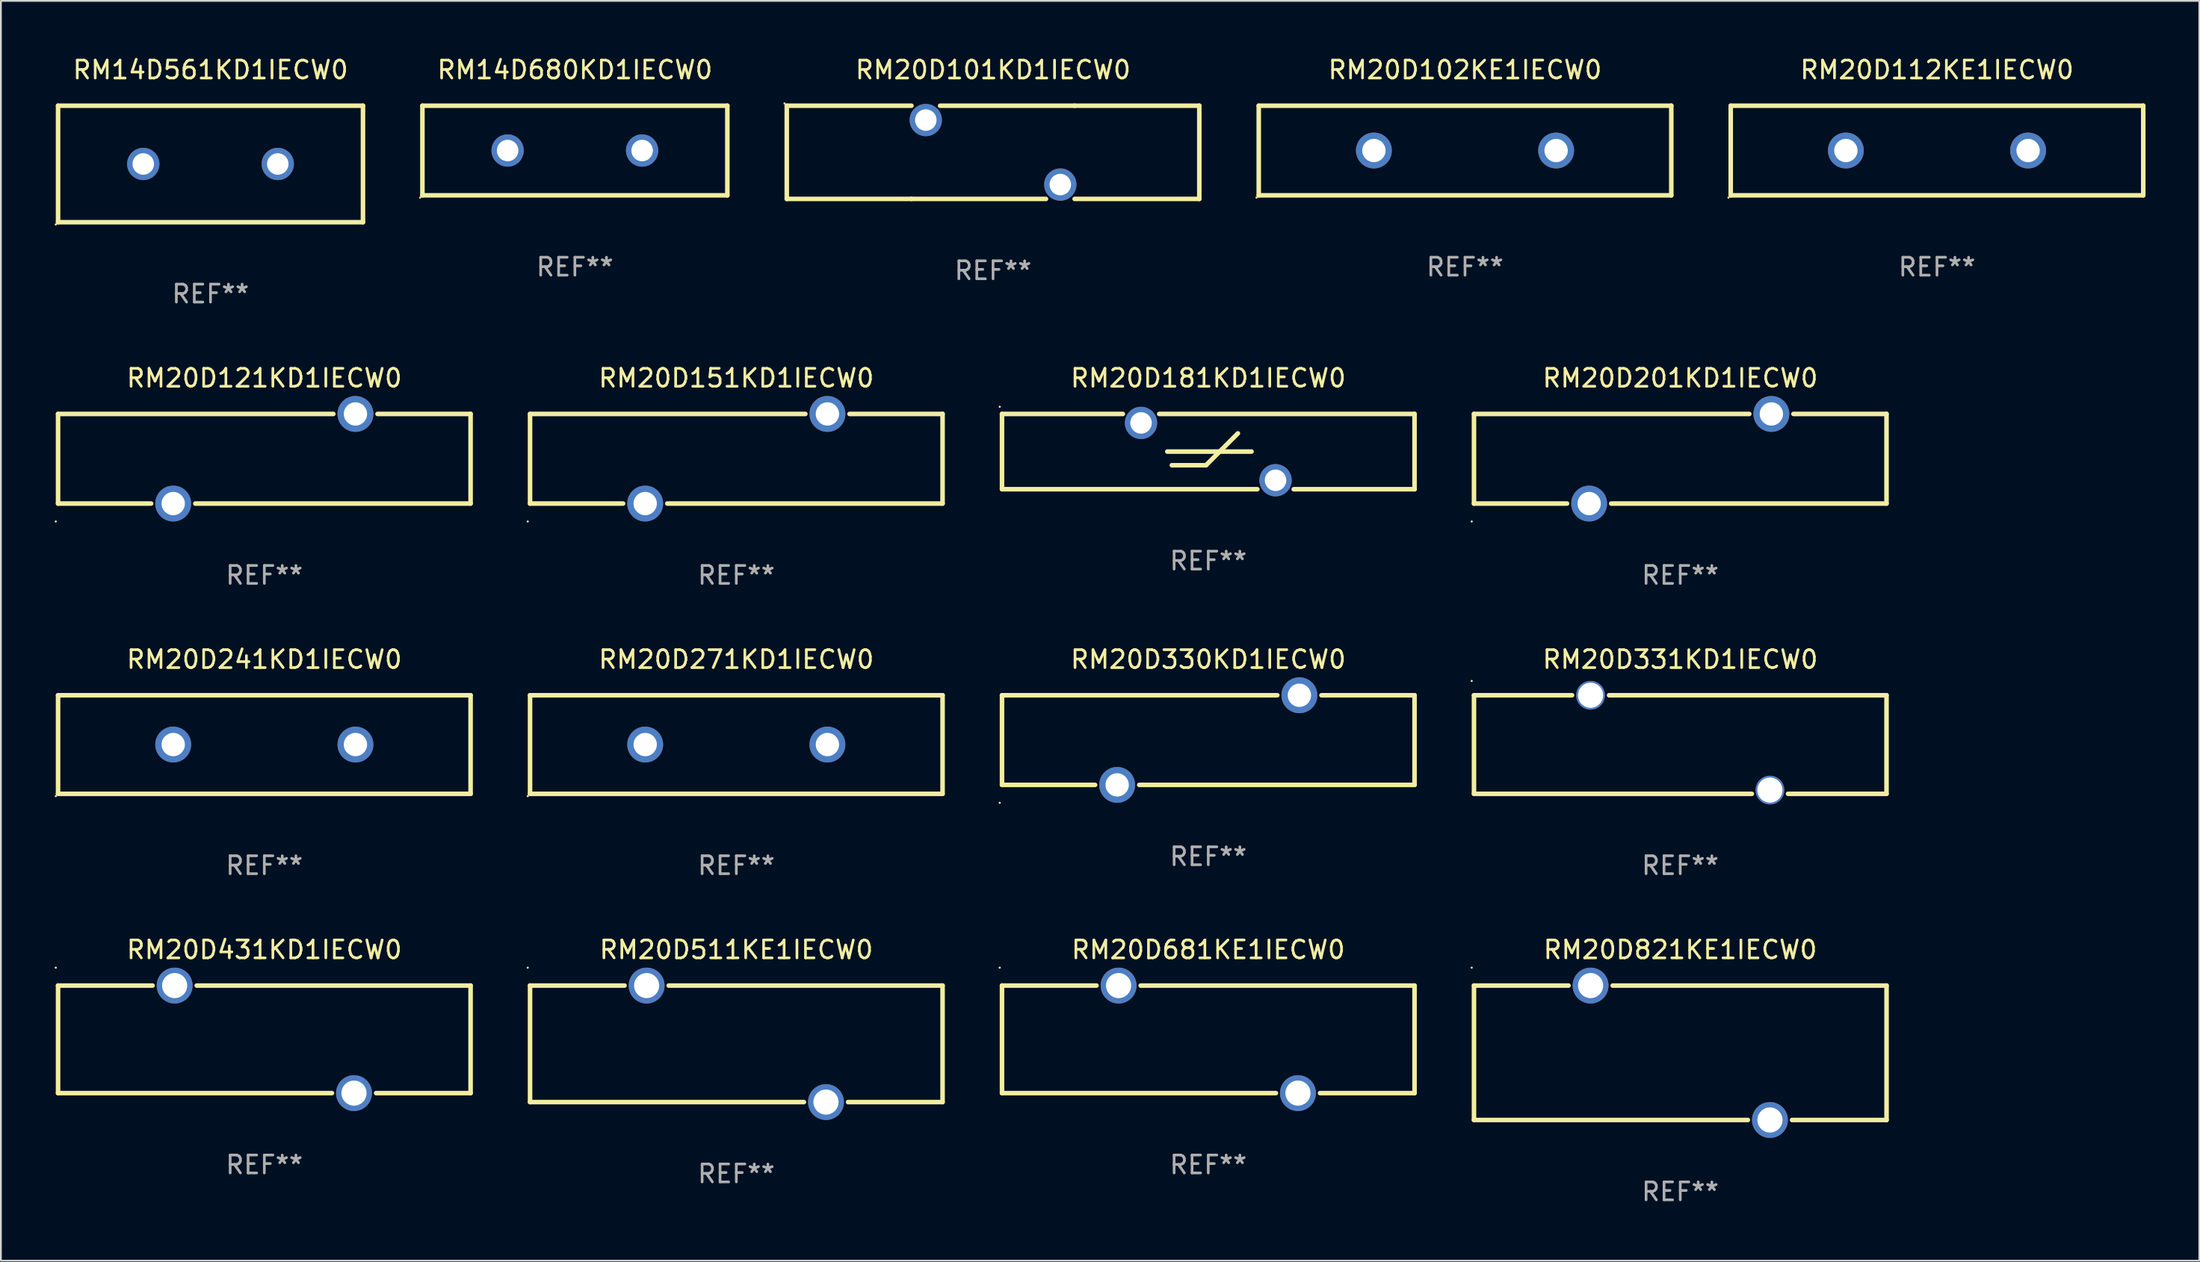
<source format=kicad_pcb>
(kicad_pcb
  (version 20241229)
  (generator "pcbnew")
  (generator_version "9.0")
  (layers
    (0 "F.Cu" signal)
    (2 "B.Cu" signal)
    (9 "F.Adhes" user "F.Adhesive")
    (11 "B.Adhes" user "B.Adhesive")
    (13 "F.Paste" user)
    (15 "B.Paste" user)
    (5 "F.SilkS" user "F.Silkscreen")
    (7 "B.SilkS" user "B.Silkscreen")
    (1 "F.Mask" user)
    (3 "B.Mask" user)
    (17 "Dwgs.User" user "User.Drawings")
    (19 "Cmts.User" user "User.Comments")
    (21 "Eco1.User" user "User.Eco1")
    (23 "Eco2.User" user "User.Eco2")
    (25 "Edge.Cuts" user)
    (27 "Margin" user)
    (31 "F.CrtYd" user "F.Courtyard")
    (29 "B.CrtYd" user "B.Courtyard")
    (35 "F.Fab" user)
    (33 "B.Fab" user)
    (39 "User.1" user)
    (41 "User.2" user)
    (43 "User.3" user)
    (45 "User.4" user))
  (footprint "RM20D201KD1IECW0"
    (layer "F.Cu")
    (at 90.629 22.545)
    (property "Reference" "RM20D201KD1IECW0" (at 0 -4.5 0) (layer "F.SilkS") (effects (font (size 1 1) (thickness 0.15))))
    (attr through_hole)
    (fp_line (start -11.5 -2.5) (end 3.849 -2.5) (stroke (width 0.254) (type solid)) (layer "F.SilkS"))
    (fp_line (start -11.5 2.5) (end -11.5 -2.5) (stroke (width 0.254) (type solid)) (layer "F.SilkS"))
    (fp_line (start -11.5 2.5) (end -6.311 2.5) (stroke (width 0.254) (type solid)) (layer "F.SilkS"))
    (fp_line (start -3.849 2.5) (end 11.5 2.5) (stroke (width 0.254) (type solid)) (layer "F.SilkS"))
    (fp_line (start 6.311 -2.5) (end 11.5 -2.5) (stroke (width 0.254) (type solid)) (layer "F.SilkS"))
    (fp_line (start 11.5 -2.5) (end 11.5 2.5) (stroke (width 0.254) (type solid)) (layer "F.SilkS"))
    (fp_circle (center -11.627 3.5) (end -11.597 3.5) (stroke (width 0.06) (type solid)) (fill no) (layer "F.SilkS"))
    (fp_text user "REF**" (at 0 6.5 0) (layer "F.Fab") (effects (font (size 1 1) (thickness 0.15))))
    (pad "1" thru_hole circle (at -5.08 2.5) (size 2 2) (drill 1.3) (layers "*.Cu" "*.Mask"))
    (pad "2" thru_hole circle (at 5.08 -2.5) (size 2 2) (drill 1.3) (layers "*.Cu" "*.Mask")))
  (footprint "RM14D561KD1IECW0"
    (layer "F.Cu")
    (at 8.687 6.098)
    (property "Reference" "RM14D561KD1IECW0" (at 0 -5.25 0) (layer "F.SilkS") (effects (font (size 1 1) (thickness 0.15))))
    (attr through_hole)
    (fp_line (start -8.5 -3.25) (end 8.5 -3.25) (stroke (width 0.254) (type solid)) (layer "F.SilkS"))
    (fp_line (start -8.5 3.25) (end -8.5 -3.25) (stroke (width 0.254) (type solid)) (layer "F.SilkS"))
    (fp_line (start 8.5 -3.25) (end 8.5 3.25) (stroke (width 0.254) (type solid)) (layer "F.SilkS"))
    (fp_line (start 8.5 3.25) (end -8.5 3.25) (stroke (width 0.254) (type solid)) (layer "F.SilkS"))
    (fp_circle (center -8.627 3.377) (end -8.597 3.377) (stroke (width 0.06) (type solid)) (fill no) (layer "F.SilkS"))
    (fp_text user "REF**" (at 0 7.25 0) (layer "F.Fab") (effects (font (size 1 1) (thickness 0.15))))
    (pad "1" thru_hole circle (at -3.75 -0.000013) (size 1.8 1.8) (drill 1.2) (layers "*.Cu" "*.Mask"))
    (pad "2" thru_hole circle (at 3.75 -0.000013) (size 1.8 1.8) (drill 1.2) (layers "*.Cu" "*.Mask")))
  (footprint "RM20D271KD1IECW0"
    (layer "F.Cu")
    (at 38.001 38.491)
    (property "Reference" "RM20D271KD1IECW0" (at 0 -4.75 0) (layer "F.SilkS") (effects (font (size 1 1) (thickness 0.15))))
    (attr through_hole)
    (fp_line (start -11.5 -2.75) (end 11.5 -2.75) (stroke (width 0.254) (type solid)) (layer "F.SilkS"))
    (fp_line (start -11.5 2.75) (end -11.5 -2.75) (stroke (width 0.254) (type solid)) (layer "F.SilkS"))
    (fp_line (start 11.5 -2.75) (end 11.5 2.75) (stroke (width 0.254) (type solid)) (layer "F.SilkS"))
    (fp_line (start 11.5 2.75) (end -11.5 2.75) (stroke (width 0.254) (type solid)) (layer "F.SilkS"))
    (fp_circle (center -11.627 2.877) (end -11.597 2.877) (stroke (width 0.06) (type solid)) (fill no) (layer "F.SilkS"))
    (fp_text user "REF**" (at 0 6.75 0) (layer "F.Fab") (effects (font (size 1 1) (thickness 0.15))))
    (pad "1" thru_hole circle (at -5.08 -0.000013) (size 2 2) (drill 1.3) (layers "*.Cu" "*.Mask"))
    (pad "2" thru_hole circle (at 5.08 -0.000013) (size 2 2) (drill 1.3) (layers "*.Cu" "*.Mask")))
  (footprint "RM20D241KD1IECW0"
    (layer "F.Cu")
    (at 11.687 38.491)
    (property "Reference" "RM20D241KD1IECW0" (at 0 -4.75 0) (layer "F.SilkS") (effects (font (size 1 1) (thickness 0.15))))
    (attr through_hole)
    (fp_line (start -11.5 -2.75) (end 11.5 -2.75) (stroke (width 0.254) (type solid)) (layer "F.SilkS"))
    (fp_line (start -11.5 2.75) (end -11.5 -2.75) (stroke (width 0.254) (type solid)) (layer "F.SilkS"))
    (fp_line (start 11.5 -2.75) (end 11.5 2.75) (stroke (width 0.254) (type solid)) (layer "F.SilkS"))
    (fp_line (start 11.5 2.75) (end -11.5 2.75) (stroke (width 0.254) (type solid)) (layer "F.SilkS"))
    (fp_circle (center -11.627 2.877) (end -11.597 2.877) (stroke (width 0.06) (type solid)) (fill no) (layer "F.SilkS"))
    (fp_text user "REF**" (at 0 6.75 0) (layer "F.Fab") (effects (font (size 1 1) (thickness 0.15))))
    (pad "1" thru_hole circle (at -5.08 -0.000013) (size 2 2) (drill 1.3) (layers "*.Cu" "*.Mask"))
    (pad "2" thru_hole circle (at 5.08 -0.000013) (size 2 2) (drill 1.3) (layers "*.Cu" "*.Mask")))
  (footprint "RM20D681KE1IECW0"
    (layer "F.Cu")
    (at 64.315 54.938)
    (property "Reference" "RM20D681KE1IECW0" (at 0 -5 0) (layer "F.SilkS") (effects (font (size 1 1) (thickness 0.15))))
    (attr through_hole)
    (fp_line (start -11.5 -3) (end -6.231 -3) (stroke (width 0.254) (type solid)) (layer "F.SilkS"))
    (fp_line (start -11.5 3) (end -11.5 -3) (stroke (width 0.254) (type solid)) (layer "F.SilkS"))
    (fp_line (start -3.769 -3) (end 11.5 -3) (stroke (width 0.254) (type solid)) (layer "F.SilkS"))
    (fp_line (start 3.769 3) (end -11.5 3) (stroke (width 0.254) (type solid)) (layer "F.SilkS"))
    (fp_line (start 11.5 -3) (end 11.5 3) (stroke (width 0.254) (type solid)) (layer "F.SilkS"))
    (fp_line (start 11.5 3) (end 6.231 3) (stroke (width 0.254) (type solid)) (layer "F.SilkS"))
    (fp_circle (center -11.627 -4) (end -11.597 -4) (stroke (width 0.06) (type solid)) (fill no) (layer "F.SilkS"))
    (fp_text user "REF**" (at 0 7 0) (layer "F.Fab") (effects (font (size 1 1) (thickness 0.15))))
    (pad "1" thru_hole circle (at -5 -3) (size 2 2) (drill 1.4) (layers "*.Cu" "*.Mask"))
    (pad "2" thru_hole circle (at 5 3) (size 2 2) (drill 1.4) (layers "*.Cu" "*.Mask")))
  (footprint "RM20D511KE1IECW0"
    (layer "F.Cu")
    (at 38.001 55.188)
    (property "Reference" "RM20D511KE1IECW0" (at 0 -5.25 0) (layer "F.SilkS") (effects (font (size 1 1) (thickness 0.15))))
    (attr through_hole)
    (fp_line (start -11.5 -3.25) (end -6.231 -3.25) (stroke (width 0.254) (type solid)) (layer "F.SilkS"))
    (fp_line (start -11.5 3.25) (end -11.5 -3.25) (stroke (width 0.254) (type solid)) (layer "F.SilkS"))
    (fp_line (start -3.769 -3.25) (end 11.5 -3.25) (stroke (width 0.254) (type solid)) (layer "F.SilkS"))
    (fp_line (start 3.769 3.25) (end -11.5 3.25) (stroke (width 0.254) (type solid)) (layer "F.SilkS"))
    (fp_line (start 11.5 -3.25) (end 11.5 3.25) (stroke (width 0.254) (type solid)) (layer "F.SilkS"))
    (fp_line (start 11.5 3.25) (end 6.231 3.25) (stroke (width 0.254) (type solid)) (layer "F.SilkS"))
    (fp_circle (center -11.627 -4.25) (end -11.597 -4.25) (stroke (width 0.06) (type solid)) (fill no) (layer "F.SilkS"))
    (fp_text user "REF**" (at 0 7.25 0) (layer "F.Fab") (effects (font (size 1 1) (thickness 0.15))))
    (pad "1" thru_hole circle (at -5 -3.25) (size 2 2) (drill 1.4) (layers "*.Cu" "*.Mask"))
    (pad "2" thru_hole circle (at 5 3.25) (size 2 2) (drill 1.4) (layers "*.Cu" "*.Mask")))
  (footprint "RM14D680KD1IECW0"
    (layer "F.Cu")
    (at 29.001 5.348)
    (property "Reference" "RM14D680KD1IECW0" (at 0 -4.5 0) (layer "F.SilkS") (effects (font (size 1 1) (thickness 0.15))))
    (attr through_hole)
    (fp_line (start -8.5 -2.5) (end 8.5 -2.5) (stroke (width 0.254) (type solid)) (layer "F.SilkS"))
    (fp_line (start -8.5 2.5) (end -8.5 -2.5) (stroke (width 0.254) (type solid)) (layer "F.SilkS"))
    (fp_line (start 8.5 -2.5) (end 8.5 2.5) (stroke (width 0.254) (type solid)) (layer "F.SilkS"))
    (fp_line (start 8.5 2.5) (end -8.5 2.5) (stroke (width 0.254) (type solid)) (layer "F.SilkS"))
    (fp_circle (center -8.627 2.627) (end -8.597 2.627) (stroke (width 0.06) (type solid)) (fill no) (layer "F.SilkS"))
    (fp_text user "REF**" (at 0 6.5 0) (layer "F.Fab") (effects (font (size 1 1) (thickness 0.15))))
    (pad "1" thru_hole circle (at -3.75 0) (size 1.8 1.8) (drill 1.2) (layers "*.Cu" "*.Mask"))
    (pad "2" thru_hole circle (at 3.75 0) (size 1.8 1.8) (drill 1.2) (layers "*.Cu" "*.Mask")))
  (footprint "RM20D102KE1IECW0"
    (layer "F.Cu")
    (at 78.629 5.348)
    (property "Reference" "RM20D102KE1IECW0" (at 0 -4.5 0) (layer "F.SilkS") (effects (font (size 1 1) (thickness 0.15))))
    (attr through_hole)
    (fp_line (start -11.5 -2.5) (end 11.5 -2.5) (stroke (width 0.254) (type solid)) (layer "F.SilkS"))
    (fp_line (start -11.5 2.5) (end -11.5 -2.5) (stroke (width 0.254) (type solid)) (layer "F.SilkS"))
    (fp_line (start 11.5 -2.5) (end 11.5 2.5) (stroke (width 0.254) (type solid)) (layer "F.SilkS"))
    (fp_line (start 11.5 2.5) (end -11.5 2.5) (stroke (width 0.254) (type solid)) (layer "F.SilkS"))
    (fp_circle (center -11.627 2.627) (end -11.597 2.627) (stroke (width 0.06) (type solid)) (fill no) (layer "F.SilkS"))
    (fp_text user "REF**" (at 0 6.5 0) (layer "F.Fab") (effects (font (size 1 1) (thickness 0.15))))
    (pad "1" thru_hole circle (at -5.08 0) (size 2 2) (drill 1.3) (layers "*.Cu" "*.Mask"))
    (pad "2" thru_hole circle (at 5.08 0) (size 2 2) (drill 1.3) (layers "*.Cu" "*.Mask")))
  (footprint "RM20D330KD1IECW0"
    (layer "F.Cu")
    (at 64.315 38.241)
    (property "Reference" "RM20D330KD1IECW0" (at 0 -4.5 0) (layer "F.SilkS") (effects (font (size 1 1) (thickness 0.15))))
    (attr through_hole)
    (fp_line (start -11.5 -2.5) (end 3.849 -2.5) (stroke (width 0.254) (type solid)) (layer "F.SilkS"))
    (fp_line (start -11.5 2.5) (end -11.5 -2.5) (stroke (width 0.254) (type solid)) (layer "F.SilkS"))
    (fp_line (start -11.5 2.5) (end -6.311 2.5) (stroke (width 0.254) (type solid)) (layer "F.SilkS"))
    (fp_line (start -3.849 2.5) (end 11.5 2.5) (stroke (width 0.254) (type solid)) (layer "F.SilkS"))
    (fp_line (start 6.311 -2.5) (end 11.5 -2.5) (stroke (width 0.254) (type solid)) (layer "F.SilkS"))
    (fp_line (start 11.5 -2.5) (end 11.5 2.5) (stroke (width 0.254) (type solid)) (layer "F.SilkS"))
    (fp_circle (center -11.627 3.5) (end -11.597 3.5) (stroke (width 0.06) (type solid)) (fill no) (layer "F.SilkS"))
    (fp_text user "REF**" (at 0 6.5 0) (layer "F.Fab") (effects (font (size 1 1) (thickness 0.15))))
    (pad "1" thru_hole circle (at -5.08 2.5) (size 2 2) (drill 1.3) (layers "*.Cu" "*.Mask"))
    (pad "2" thru_hole circle (at 5.08 -2.5) (size 2 2) (drill 1.3) (layers "*.Cu" "*.Mask")))
  (footprint "RM20D431KD1IECW0"
    (layer "F.Cu")
    (at 11.687 54.938)
    (property "Reference" "RM20D431KD1IECW0" (at 0 -5 0) (layer "F.SilkS") (effects (font (size 1 1) (thickness 0.15))))
    (attr through_hole)
    (fp_line (start -11.5 -3) (end -6.231 -3) (stroke (width 0.254) (type solid)) (layer "F.SilkS"))
    (fp_line (start -11.5 3) (end -11.5 -3) (stroke (width 0.254) (type solid)) (layer "F.SilkS"))
    (fp_line (start -3.769 -3) (end 11.5 -3) (stroke (width 0.254) (type solid)) (layer "F.SilkS"))
    (fp_line (start 3.769 3) (end -11.5 3) (stroke (width 0.254) (type solid)) (layer "F.SilkS"))
    (fp_line (start 11.5 -3) (end 11.5 3) (stroke (width 0.254) (type solid)) (layer "F.SilkS"))
    (fp_line (start 11.5 3) (end 6.231 3) (stroke (width 0.254) (type solid)) (layer "F.SilkS"))
    (fp_circle (center -11.627 -4) (end -11.597 -4) (stroke (width 0.06) (type solid)) (fill no) (layer "F.SilkS"))
    (fp_text user "REF**" (at 0 7 0) (layer "F.Fab") (effects (font (size 1 1) (thickness 0.15))))
    (pad "1" thru_hole circle (at -5 -3) (size 2 2) (drill 1.4) (layers "*.Cu" "*.Mask"))
    (pad "2" thru_hole circle (at 5 3) (size 2 2) (drill 1.4) (layers "*.Cu" "*.Mask")))
  (footprint "RM20D101KD1IECW0"
    (layer "F.Cu")
    (at 52.315 5.448)
    (property "Reference" "RM20D101KD1IECW0" (at 0 -4.6 0) (layer "F.SilkS") (effects (font (size 1 1) (thickness 0.15))))
    (attr through_hole)
    (fp_line (start -11.5 2.6) (end -11.5 -2.6) (stroke (width 0.254) (type solid)) (layer "F.SilkS"))
    (fp_line (start -11.5 2.6) (end -4.549 2.6) (stroke (width 0.254) (type solid)) (layer "F.SilkS"))
    (fp_line (start -4.549 2.6) (end 2.951 2.6) (stroke (width 0.254) (type solid)) (layer "F.SilkS"))
    (fp_line (start -4.549 -2.6) (end -11.5 -2.6) (stroke (width 0.254) (type solid)) (layer "F.SilkS"))
    (fp_line (start 4.549 2.6) (end 11.5 2.6) (stroke (width 0.254) (type solid)) (layer "F.SilkS"))
    (fp_line (start 4.549 -2.6) (end -2.951 -2.6) (stroke (width 0.254) (type solid)) (layer "F.SilkS"))
    (fp_line (start 4.549 -2.6) (end 11.5 -2.6) (stroke (width 0.254) (type solid)) (layer "F.SilkS"))
    (fp_line (start 11.5 -2.6) (end 11.5 2.6) (stroke (width 0.254) (type solid)) (layer "F.SilkS"))
    (fp_circle (center -11.627 -2.727) (end -11.597 -2.727) (stroke (width 0.06) (type solid)) (fill no) (layer "F.SilkS"))
    (fp_text user "REF**" (at 0 6.6 0) (layer "F.Fab") (effects (font (size 1 1) (thickness 0.15))))
    (pad "1" thru_hole circle (at -3.75 -1.8) (size 1.8 1.8) (drill 1.2) (layers "*.Cu" "*.Mask"))
    (pad "2" thru_hole circle (at 3.75 1.8) (size 1.8 1.8) (drill 1.2) (layers "*.Cu" "*.Mask")))
  (footprint "RM20D151KD1IECW0"
    (layer "F.Cu")
    (at 38.001 22.545)
    (property "Reference" "RM20D151KD1IECW0" (at 0 -4.5 0) (layer "F.SilkS") (effects (font (size 1 1) (thickness 0.15))))
    (attr through_hole)
    (fp_line (start -11.5 -2.5) (end 3.849 -2.5) (stroke (width 0.254) (type solid)) (layer "F.SilkS"))
    (fp_line (start -11.5 2.5) (end -11.5 -2.5) (stroke (width 0.254) (type solid)) (layer "F.SilkS"))
    (fp_line (start -11.5 2.5) (end -6.311 2.5) (stroke (width 0.254) (type solid)) (layer "F.SilkS"))
    (fp_line (start -3.849 2.5) (end 11.5 2.5) (stroke (width 0.254) (type solid)) (layer "F.SilkS"))
    (fp_line (start 6.311 -2.5) (end 11.5 -2.5) (stroke (width 0.254) (type solid)) (layer "F.SilkS"))
    (fp_line (start 11.5 -2.5) (end 11.5 2.5) (stroke (width 0.254) (type solid)) (layer "F.SilkS"))
    (fp_circle (center -11.627 3.5) (end -11.597 3.5) (stroke (width 0.06) (type solid)) (fill no) (layer "F.SilkS"))
    (fp_text user "REF**" (at 0 6.5 0) (layer "F.Fab") (effects (font (size 1 1) (thickness 0.15))))
    (pad "1" thru_hole circle (at -5.08 2.5) (size 2 2) (drill 1.3) (layers "*.Cu" "*.Mask"))
    (pad "2" thru_hole circle (at 5.08 -2.5) (size 2 2) (drill 1.3) (layers "*.Cu" "*.Mask")))
  (footprint "RM20D331KD1IECW0"
    (layer "F.Cu")
    (at 90.629 38.491)
    (property "Reference" "RM20D331KD1IECW0" (at 0 -4.75 0) (layer "F.SilkS") (effects (font (size 1 1) (thickness 0.15))))
    (attr through_hole)
    (fp_line (start -11.5 -2.75) (end -6.031 -2.75) (stroke (width 0.254) (type solid)) (layer "F.SilkS"))
    (fp_line (start -11.5 2.75) (end -11.5 -2.75) (stroke (width 0.254) (type solid)) (layer "F.SilkS"))
    (fp_line (start -3.969 -2.75) (end 11.5 -2.75) (stroke (width 0.254) (type solid)) (layer "F.SilkS"))
    (fp_line (start 3.991 2.75) (end -11.5 2.75) (stroke (width 0.254) (type solid)) (layer "F.SilkS"))
    (fp_line (start 11.5 -2.75) (end 11.5 2.75) (stroke (width 0.254) (type solid)) (layer "F.SilkS"))
    (fp_line (start 11.5 2.75) (end 6.009 2.75) (stroke (width 0.254) (type solid)) (layer "F.SilkS"))
    (fp_circle (center -11.627 -3.55) (end -11.597 -3.55) (stroke (width 0.06) (type solid)) (fill no) (layer "F.SilkS"))
    (fp_text user "REF**" (at 0 6.75 0) (layer "F.Fab") (effects (font (size 1 1) (thickness 0.15))))
    (pad "1" thru_hole circle (at -5 -2.75) (size 1.6 1.6) (drill 1.4) (layers "*.Cu" "*.Mask"))
    (pad "2" thru_hole circle (at 5 2.54) (size 1.6 1.6) (drill 1.4) (layers "*.Cu" "*.Mask")))
  (footprint "RM20D181KD1IECW0"
    (layer "F.Cu")
    (at 64.315 22.145)
    (property "Reference" "RM20D181KD1IECW0" (at 0 -4.1 0) (layer "F.SilkS") (effects (font (size 1 1) (thickness 0.15))))
    (attr through_hole)
    (fp_line (start -11.5 -2.1) (end -11.5 2.1) (stroke (width 0.254) (type solid)) (layer "F.SilkS"))
    (fp_line (start -11.5 -2.1) (end -4.764 -2.1) (stroke (width 0.254) (type solid)) (layer "F.SilkS"))
    (fp_line (start -11.5 2.1) (end 2.736 2.1) (stroke (width 0.254) (type solid)) (layer "F.SilkS"))
    (fp_line (start -2.736 -2.1) (end 11.5 -2.1) (stroke (width 0.254) (type solid)) (layer "F.SilkS"))
    (fp_line (start -2.286 0) (end 2.413 0) (stroke (width 0.254) (type solid)) (layer "F.SilkS"))
    (fp_line (start -2.032 0.762) (end -0.127 0.762) (stroke (width 0.254) (type solid)) (layer "F.SilkS"))
    (fp_line (start -0.127 0.762) (end 1.651 -1.016) (stroke (width 0.254) (type solid)) (layer "F.SilkS"))
    (fp_line (start 4.764 2.1) (end 11.5 2.1) (stroke (width 0.254) (type solid)) (layer "F.SilkS"))
    (fp_line (start 11.5 -2.1) (end 11.5 2.1) (stroke (width 0.254) (type solid)) (layer "F.SilkS"))
    (fp_line (start 11.5 2.1) (end 11.5 2.1) (stroke (width 0.254) (type solid)) (layer "F.SilkS"))
    (fp_circle (center -11.627 -2.5) (end -11.597 -2.5) (stroke (width 0.06) (type solid)) (fill no) (layer "F.SilkS"))
    (fp_text user "REF**" (at 0 6.1 0) (layer "F.Fab") (effects (font (size 1 1) (thickness 0.15))))
    (pad "1" thru_hole circle (at -3.75 -1.6) (size 1.8 1.8) (drill 1.2) (layers "*.Cu" "*.Mask"))
    (pad "2" thru_hole circle (at 3.75 1.6) (size 1.8 1.8) (drill 1.2) (layers "*.Cu" "*.Mask")))
  (footprint "RM20D121KD1IECW0"
    (layer "F.Cu")
    (at 11.687 22.545)
    (property "Reference" "RM20D121KD1IECW0" (at 0 -4.5 0) (layer "F.SilkS") (effects (font (size 1 1) (thickness 0.15))))
    (attr through_hole)
    (fp_line (start -11.5 -2.5) (end 3.849 -2.5) (stroke (width 0.254) (type solid)) (layer "F.SilkS"))
    (fp_line (start -11.5 2.5) (end -11.5 -2.5) (stroke (width 0.254) (type solid)) (layer "F.SilkS"))
    (fp_line (start -11.5 2.5) (end -6.311 2.5) (stroke (width 0.254) (type solid)) (layer "F.SilkS"))
    (fp_line (start -3.849 2.5) (end 11.5 2.5) (stroke (width 0.254) (type solid)) (layer "F.SilkS"))
    (fp_line (start 6.311 -2.5) (end 11.5 -2.5) (stroke (width 0.254) (type solid)) (layer "F.SilkS"))
    (fp_line (start 11.5 -2.5) (end 11.5 2.5) (stroke (width 0.254) (type solid)) (layer "F.SilkS"))
    (fp_circle (center -11.627 3.5) (end -11.597 3.5) (stroke (width 0.06) (type solid)) (fill no) (layer "F.SilkS"))
    (fp_text user "REF**" (at 0 6.5 0) (layer "F.Fab") (effects (font (size 1 1) (thickness 0.15))))
    (pad "1" thru_hole circle (at -5.08 2.5) (size 2 2) (drill 1.3) (layers "*.Cu" "*.Mask"))
    (pad "2" thru_hole circle (at 5.08 -2.5) (size 2 2) (drill 1.3) (layers "*.Cu" "*.Mask")))
  (footprint "RM20D112KE1IECW0"
    (layer "F.Cu")
    (at 104.943 5.348)
    (property "Reference" "RM20D112KE1IECW0" (at 0 -4.5 0) (layer "F.SilkS") (effects (font (size 1 1) (thickness 0.15))))
    (attr through_hole)
    (fp_line (start -11.5 -2.5) (end 11.5 -2.5) (stroke (width 0.254) (type solid)) (layer "F.SilkS"))
    (fp_line (start -11.5 2.5) (end -11.5 -2.5) (stroke (width 0.254) (type solid)) (layer "F.SilkS"))
    (fp_line (start 11.5 -2.5) (end 11.5 2.5) (stroke (width 0.254) (type solid)) (layer "F.SilkS"))
    (fp_line (start 11.5 2.5) (end -11.5 2.5) (stroke (width 0.254) (type solid)) (layer "F.SilkS"))
    (fp_circle (center -11.627 2.627) (end -11.597 2.627) (stroke (width 0.06) (type solid)) (fill no) (layer "F.SilkS"))
    (fp_text user "REF**" (at 0 6.5 0) (layer "F.Fab") (effects (font (size 1 1) (thickness 0.15))))
    (pad "1" thru_hole circle (at -5.08 0) (size 2 2) (drill 1.3) (layers "*.Cu" "*.Mask"))
    (pad "2" thru_hole circle (at 5.08 0) (size 2 2) (drill 1.3) (layers "*.Cu" "*.Mask")))
  (footprint "RM20D821KE1IECW0"
    (layer "F.Cu")
    (at 90.63 55.688)
    (property "Reference" "RM20D821KE1IECW0" (at 0 -5.75 0) (layer "F.SilkS") (effects (font (size 1 1) (thickness 0.15))))
    (attr through_hole)
    (fp_line (start -11.501 -3.75) (end -6.231 -3.75) (stroke (width 0.254) (type solid)) (layer "F.SilkS"))
    (fp_line (start -11.501 3.75) (end -11.501 -3.75) (stroke (width 0.254) (type solid)) (layer "F.SilkS"))
    (fp_line (start -11.501 3.75) (end 3.769 3.75) (stroke (width 0.254) (type solid)) (layer "F.SilkS"))
    (fp_line (start -3.769 -3.75) (end 11.501 -3.75) (stroke (width 0.254) (type solid)) (layer "F.SilkS"))
    (fp_line (start 6.231 3.75) (end 11.501 3.75) (stroke (width 0.254) (type solid)) (layer "F.SilkS"))
    (fp_line (start 11.501 -3.75) (end 11.501 3.75) (stroke (width 0.254) (type solid)) (layer "F.SilkS"))
    (fp_circle (center -11.628 -4.75) (end -11.598 -4.75) (stroke (width 0.06) (type solid)) (fill no) (layer "F.SilkS"))
    (fp_text user "REF**" (at 0 7.75 0) (layer "F.Fab") (effects (font (size 1 1) (thickness 0.15))))
    (pad "1" thru_hole circle (at -5 -3.75) (size 2 2) (drill 1.4) (layers "*.Cu" "*.Mask"))
    (pad "2" thru_hole circle (at 5 3.75) (size 2 2) (drill 1.4) (layers "*.Cu" "*.Mask")))
  (gr_rect
    (start -3 -3)
    (end 119.57 67.286)
    (stroke (width 0.1) (type default))
    (fill no)
    (layer "Edge.Cuts")))
</source>
